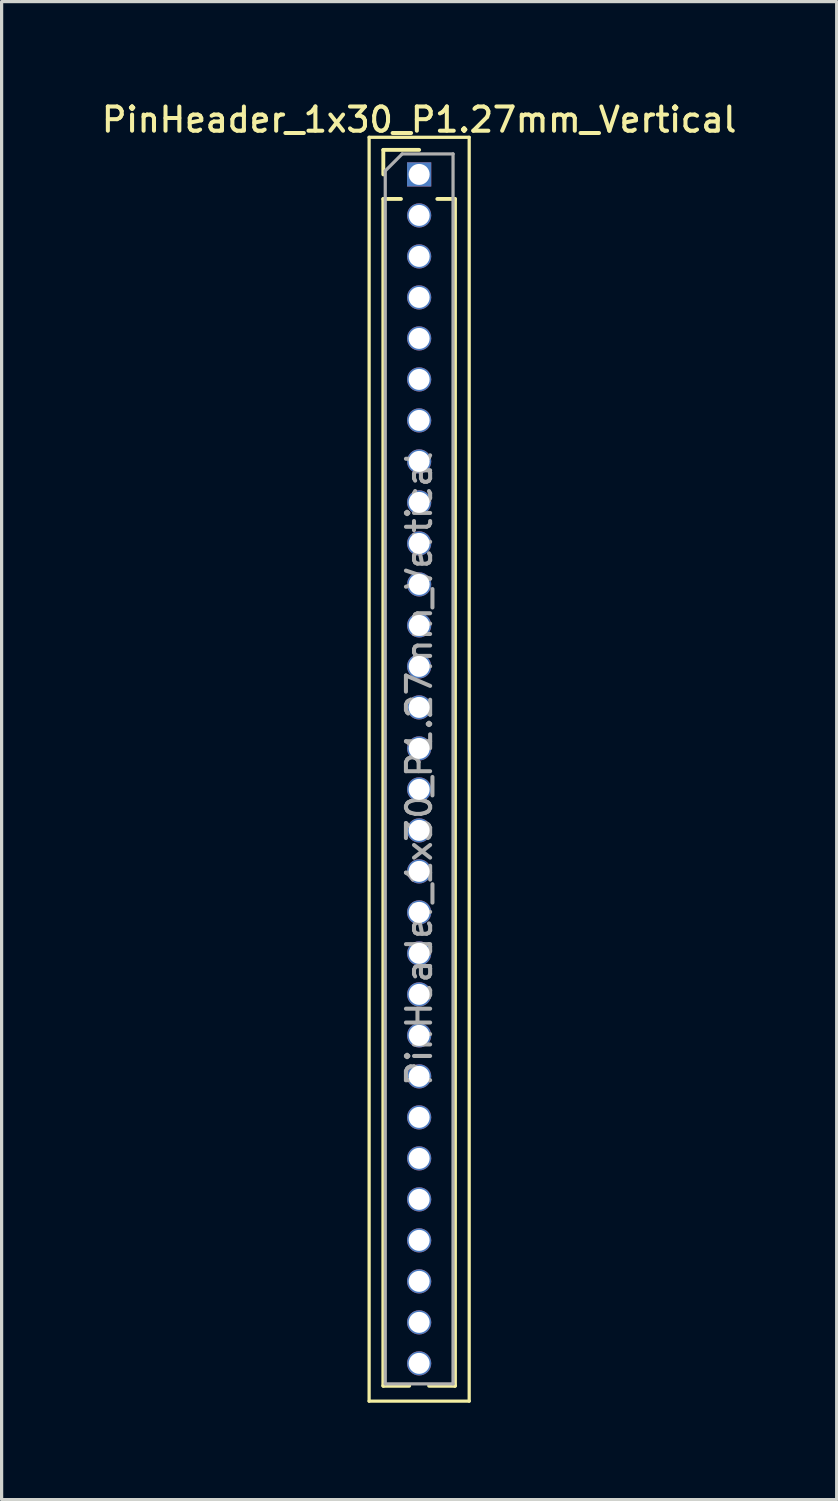
<source format=kicad_pcb>
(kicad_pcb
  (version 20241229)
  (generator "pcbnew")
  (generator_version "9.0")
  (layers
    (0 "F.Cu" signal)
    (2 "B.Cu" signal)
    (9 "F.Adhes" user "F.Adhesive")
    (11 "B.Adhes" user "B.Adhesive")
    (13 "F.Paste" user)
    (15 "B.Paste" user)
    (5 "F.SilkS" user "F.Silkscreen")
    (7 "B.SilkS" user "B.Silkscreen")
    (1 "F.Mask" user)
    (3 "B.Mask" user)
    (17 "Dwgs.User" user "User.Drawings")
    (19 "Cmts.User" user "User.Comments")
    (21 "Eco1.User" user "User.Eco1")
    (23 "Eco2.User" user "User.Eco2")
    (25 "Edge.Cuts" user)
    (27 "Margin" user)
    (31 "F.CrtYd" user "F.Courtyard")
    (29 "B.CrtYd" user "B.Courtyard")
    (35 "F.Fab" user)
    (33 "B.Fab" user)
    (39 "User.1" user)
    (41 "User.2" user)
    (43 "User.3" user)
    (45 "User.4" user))
  (footprint "PinHeader_1x30_P1.27mm_Vertical"
    (layer "F.Cu")
    (at 9.934 2.353)
    (property "Reference" "PinHeader_1x30_P1.27mm_Vertical" (at 0 -1.695 0) (layer "F.SilkS") (effects (font (size 0.75 0.75) (thickness 0.125))))
    (attr through_hole)
    (fp_line (start -1.55 -1.15) (end -1.55 38) (stroke (width 0.1) (type solid)) (layer "F.SilkS"))
    (fp_line (start -1.55 38) (end 1.55 38) (stroke (width 0.1) (type solid)) (layer "F.SilkS"))
    (fp_line (start -1.11 -0.76) (end 0 -0.76) (stroke (width 0.12) (type solid)) (layer "F.SilkS"))
    (fp_line (start -1.11 0) (end -1.11 -0.76) (stroke (width 0.12) (type solid)) (layer "F.SilkS"))
    (fp_line (start -1.11 0.76) (end -1.11 37.525) (stroke (width 0.12) (type solid)) (layer "F.SilkS"))
    (fp_line (start -1.11 0.76) (end -0.563 0.76) (stroke (width 0.12) (type solid)) (layer "F.SilkS"))
    (fp_line (start -1.11 37.525) (end -0.308 37.525) (stroke (width 0.12) (type solid)) (layer "F.SilkS"))
    (fp_line (start 0.308 37.525) (end 1.11 37.525) (stroke (width 0.12) (type solid)) (layer "F.SilkS"))
    (fp_line (start 0.563 0.76) (end 1.11 0.76) (stroke (width 0.12) (type solid)) (layer "F.SilkS"))
    (fp_line (start 1.11 0.76) (end 1.11 37.525) (stroke (width 0.12) (type solid)) (layer "F.SilkS"))
    (fp_line (start 1.55 -1.15) (end -1.55 -1.15) (stroke (width 0.1) (type solid)) (layer "F.SilkS"))
    (fp_line (start 1.55 38) (end 1.55 -1.15) (stroke (width 0.1) (type solid)) (layer "F.SilkS"))
    (fp_line (start -1.05 -0.11) (end -0.525 -0.635) (stroke (width 0.1) (type solid)) (layer "F.Fab"))
    (fp_line (start -1.05 37.465) (end -1.05 -0.11) (stroke (width 0.1) (type solid)) (layer "F.Fab"))
    (fp_line (start -0.525 -0.635) (end 1.05 -0.635) (stroke (width 0.1) (type solid)) (layer "F.Fab"))
    (fp_line (start 1.05 -0.635) (end 1.05 37.465) (stroke (width 0.1) (type solid)) (layer "F.Fab"))
    (fp_line (start 1.05 37.465) (end -1.05 37.465) (stroke (width 0.1) (type solid)) (layer "F.Fab"))
    (fp_text user "${REFERENCE}" (at 0 18.415 90) (layer "F.Fab") (effects (font (size 0.75 0.75) (thickness 0.125))))
    (pad "1" thru_hole rect (at 0 0) (size 0.75 0.75) (drill 0.65) (layers "*.Cu" "*.Mask"))
    (pad "2" thru_hole oval (at 0 1.27) (size 0.75 0.75) (drill 0.65) (layers "*.Cu" "*.Mask"))
    (pad "3" thru_hole oval (at 0 2.54) (size 0.75 0.75) (drill 0.65) (layers "*.Cu" "*.Mask"))
    (pad "4" thru_hole oval (at 0 3.81) (size 0.75 0.75) (drill 0.65) (layers "*.Cu" "*.Mask"))
    (pad "5" thru_hole oval (at 0 5.08) (size 0.75 0.75) (drill 0.65) (layers "*.Cu" "*.Mask"))
    (pad "6" thru_hole oval (at 0 6.35) (size 0.75 0.75) (drill 0.65) (layers "*.Cu" "*.Mask"))
    (pad "7" thru_hole oval (at 0 7.62) (size 0.75 0.75) (drill 0.65) (layers "*.Cu" "*.Mask"))
    (pad "8" thru_hole oval (at 0 8.89) (size 0.75 0.75) (drill 0.65) (layers "*.Cu" "*.Mask"))
    (pad "9" thru_hole oval (at 0 10.16) (size 0.75 0.75) (drill 0.65) (layers "*.Cu" "*.Mask"))
    (pad "10" thru_hole oval (at 0 11.43) (size 0.75 0.75) (drill 0.65) (layers "*.Cu" "*.Mask"))
    (pad "11" thru_hole oval (at 0 12.7) (size 0.75 0.75) (drill 0.65) (layers "*.Cu" "*.Mask"))
    (pad "12" thru_hole oval (at 0 13.97) (size 0.75 0.75) (drill 0.65) (layers "*.Cu" "*.Mask"))
    (pad "13" thru_hole oval (at 0 15.24) (size 0.75 0.75) (drill 0.65) (layers "*.Cu" "*.Mask"))
    (pad "14" thru_hole oval (at 0 16.51) (size 0.75 0.75) (drill 0.65) (layers "*.Cu" "*.Mask"))
    (pad "15" thru_hole oval (at 0 17.78) (size 0.75 0.75) (drill 0.65) (layers "*.Cu" "*.Mask"))
    (pad "16" thru_hole oval (at 0 19.05) (size 0.75 0.75) (drill 0.65) (layers "*.Cu" "*.Mask"))
    (pad "17" thru_hole oval (at 0 20.32) (size 0.75 0.75) (drill 0.65) (layers "*.Cu" "*.Mask"))
    (pad "18" thru_hole oval (at 0 21.59) (size 0.75 0.75) (drill 0.65) (layers "*.Cu" "*.Mask"))
    (pad "19" thru_hole oval (at 0 22.86) (size 0.75 0.75) (drill 0.65) (layers "*.Cu" "*.Mask"))
    (pad "20" thru_hole oval (at 0 24.13) (size 0.75 0.75) (drill 0.65) (layers "*.Cu" "*.Mask"))
    (pad "21" thru_hole oval (at 0 25.4) (size 0.75 0.75) (drill 0.65) (layers "*.Cu" "*.Mask"))
    (pad "22" thru_hole oval (at 0 26.67) (size 0.75 0.75) (drill 0.65) (layers "*.Cu" "*.Mask"))
    (pad "23" thru_hole oval (at 0 27.94) (size 0.75 0.75) (drill 0.65) (layers "*.Cu" "*.Mask"))
    (pad "24" thru_hole oval (at 0 29.21) (size 0.75 0.75) (drill 0.65) (layers "*.Cu" "*.Mask"))
    (pad "25" thru_hole oval (at 0 30.48) (size 0.75 0.75) (drill 0.65) (layers "*.Cu" "*.Mask"))
    (pad "26" thru_hole oval (at 0 31.75) (size 0.75 0.75) (drill 0.65) (layers "*.Cu" "*.Mask"))
    (pad "27" thru_hole oval (at 0 33.02) (size 0.75 0.75) (drill 0.65) (layers "*.Cu" "*.Mask"))
    (pad "28" thru_hole oval (at 0 34.29) (size 0.75 0.75) (drill 0.65) (layers "*.Cu" "*.Mask"))
    (pad "29" thru_hole oval (at 0 35.56) (size 0.75 0.75) (drill 0.65) (layers "*.Cu" "*.Mask"))
    (pad "30" thru_hole oval (at 0 36.83) (size 0.75 0.75) (drill 0.65) (layers "*.Cu" "*.Mask")))
  (gr_rect
    (start -3 -3)
    (end 22.868 43.403)
    (stroke (width 0.1) (type default))
    (fill no)
    (layer "Edge.Cuts")))
</source>
